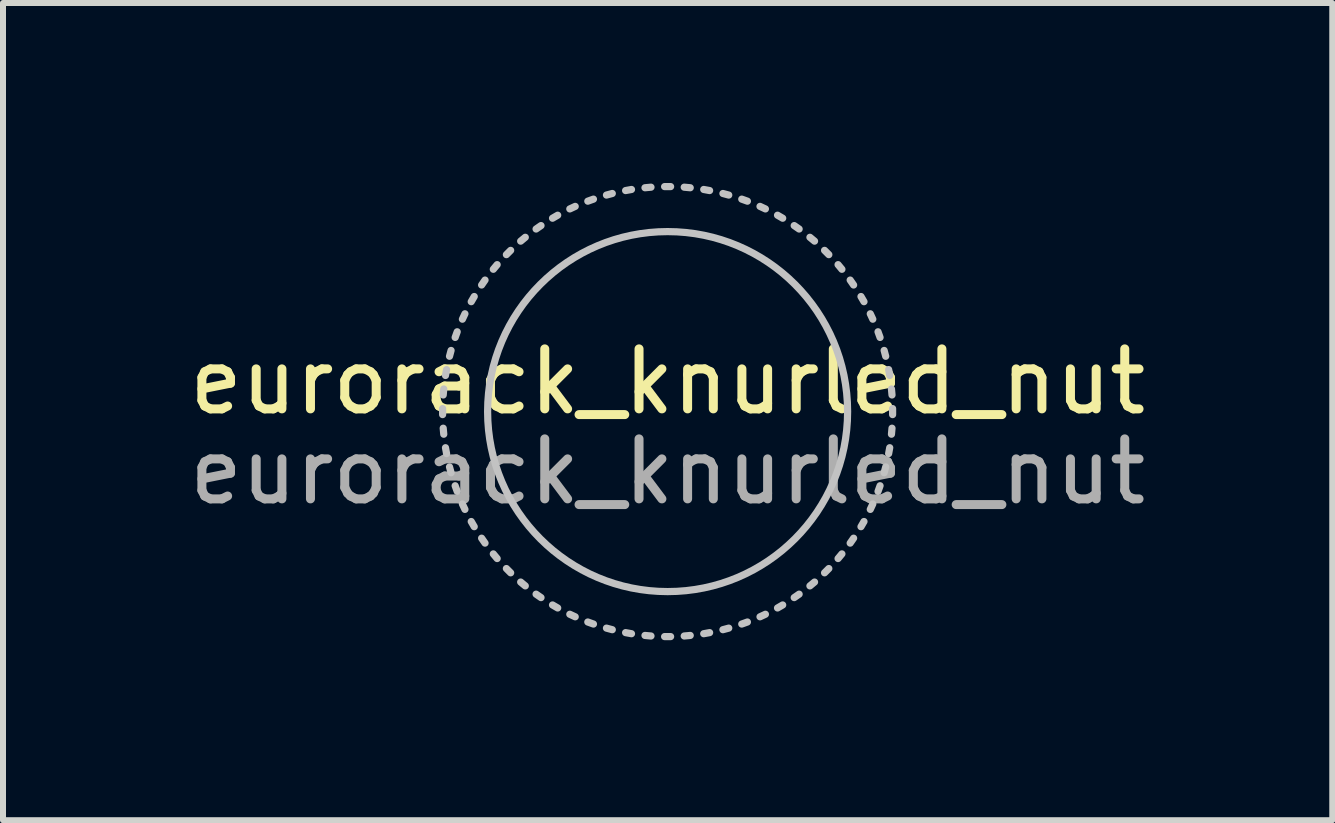
<source format=kicad_pcb>
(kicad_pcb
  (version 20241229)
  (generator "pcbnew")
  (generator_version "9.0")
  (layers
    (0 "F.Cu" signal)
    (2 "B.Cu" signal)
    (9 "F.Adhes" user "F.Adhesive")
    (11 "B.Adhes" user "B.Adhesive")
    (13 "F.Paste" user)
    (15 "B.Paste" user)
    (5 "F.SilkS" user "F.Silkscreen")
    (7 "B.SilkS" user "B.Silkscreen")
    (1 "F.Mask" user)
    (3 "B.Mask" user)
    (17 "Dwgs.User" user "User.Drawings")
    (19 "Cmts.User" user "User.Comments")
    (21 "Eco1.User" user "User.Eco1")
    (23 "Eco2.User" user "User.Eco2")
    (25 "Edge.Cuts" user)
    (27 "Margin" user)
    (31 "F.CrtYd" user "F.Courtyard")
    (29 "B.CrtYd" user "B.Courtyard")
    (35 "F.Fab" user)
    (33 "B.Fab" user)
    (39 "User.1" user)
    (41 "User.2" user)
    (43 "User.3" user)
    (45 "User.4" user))
  (footprint "eurorack_knurled_nut"
    (layer "F.Cu")
    (at 8.077 3.81)
    (property "Reference" "eurorack_knurled_nut" (at 0 -0.5 0) (unlocked yes) (layer "F.SilkS") (effects (font (size 1 1) (thickness 0.15))))
    (property "Value" "eurorack_knurled_nut" (at 0 1 0) (unlocked yes) (layer "F.Fab") (hide yes) (effects (font (size 1 1) (thickness 0.15))))
    (fp_line (start -3.75 0.05) (end -3.75 -0.05) (stroke (width 0.12) (type solid)) (layer "Dwgs.User"))
    (fp_line (start -3.74 -0.277) (end -3.731 -0.377) (stroke (width 0.12) (type solid)) (layer "Dwgs.User"))
    (fp_line (start -3.731 0.377) (end -3.74 0.277) (stroke (width 0.12) (type solid)) (layer "Dwgs.User"))
    (fp_line (start -3.702 -0.602) (end -3.684 -0.7) (stroke (width 0.12) (type solid)) (layer "Dwgs.User"))
    (fp_line (start -3.684 0.7) (end -3.702 0.602) (stroke (width 0.12) (type solid)) (layer "Dwgs.User"))
    (fp_line (start -3.635 -0.922) (end -3.609 -1.019) (stroke (width 0.12) (type solid)) (layer "Dwgs.User"))
    (fp_line (start -3.609 1.019) (end -3.635 0.922) (stroke (width 0.12) (type solid)) (layer "Dwgs.User"))
    (fp_line (start -3.541 -1.236) (end -3.507 -1.33) (stroke (width 0.12) (type solid)) (layer "Dwgs.User"))
    (fp_line (start -3.507 1.33) (end -3.541 1.236) (stroke (width 0.12) (type solid)) (layer "Dwgs.User"))
    (fp_line (start -3.42 -1.54) (end -3.378 -1.63) (stroke (width 0.12) (type solid)) (layer "Dwgs.User"))
    (fp_line (start -3.378 1.63) (end -3.42 1.54) (stroke (width 0.12) (type solid)) (layer "Dwgs.User"))
    (fp_line (start -3.273 -1.832) (end -3.223 -1.918) (stroke (width 0.12) (type solid)) (layer "Dwgs.User"))
    (fp_line (start -3.223 1.918) (end -3.273 1.832) (stroke (width 0.12) (type solid)) (layer "Dwgs.User"))
    (fp_line (start -3.1 -2.11) (end -3.043 -2.192) (stroke (width 0.12) (type solid)) (layer "Dwgs.User"))
    (fp_line (start -3.043 2.192) (end -3.1 2.11) (stroke (width 0.12) (type solid)) (layer "Dwgs.User"))
    (fp_line (start -2.905 -2.372) (end -2.841 -2.449) (stroke (width 0.12) (type solid)) (layer "Dwgs.User"))
    (fp_line (start -2.841 2.449) (end -2.905 2.372) (stroke (width 0.12) (type solid)) (layer "Dwgs.User"))
    (fp_line (start -2.687 -2.616) (end -2.616 -2.687) (stroke (width 0.12) (type solid)) (layer "Dwgs.User"))
    (fp_line (start -2.616 2.687) (end -2.687 2.616) (stroke (width 0.12) (type solid)) (layer "Dwgs.User"))
    (fp_line (start -2.449 -2.841) (end -2.372 -2.905) (stroke (width 0.12) (type solid)) (layer "Dwgs.User"))
    (fp_line (start -2.372 2.905) (end -2.449 2.841) (stroke (width 0.12) (type solid)) (layer "Dwgs.User"))
    (fp_line (start -2.192 -3.043) (end -2.11 -3.1) (stroke (width 0.12) (type solid)) (layer "Dwgs.User"))
    (fp_line (start -2.11 3.1) (end -2.192 3.043) (stroke (width 0.12) (type solid)) (layer "Dwgs.User"))
    (fp_line (start -1.918 -3.223) (end -1.832 -3.273) (stroke (width 0.12) (type solid)) (layer "Dwgs.User"))
    (fp_line (start -1.832 3.273) (end -1.918 3.223) (stroke (width 0.12) (type solid)) (layer "Dwgs.User"))
    (fp_line (start -1.63 -3.378) (end -1.54 -3.42) (stroke (width 0.12) (type solid)) (layer "Dwgs.User"))
    (fp_line (start -1.54 3.42) (end -1.63 3.378) (stroke (width 0.12) (type solid)) (layer "Dwgs.User"))
    (fp_line (start -1.33 -3.507) (end -1.236 -3.541) (stroke (width 0.12) (type solid)) (layer "Dwgs.User"))
    (fp_line (start -1.236 3.541) (end -1.33 3.507) (stroke (width 0.12) (type solid)) (layer "Dwgs.User"))
    (fp_line (start -1.019 -3.609) (end -0.922 -3.635) (stroke (width 0.12) (type solid)) (layer "Dwgs.User"))
    (fp_line (start -0.922 3.635) (end -1.019 3.609) (stroke (width 0.12) (type solid)) (layer "Dwgs.User"))
    (fp_line (start -0.7 -3.684) (end -0.602 -3.702) (stroke (width 0.12) (type solid)) (layer "Dwgs.User"))
    (fp_line (start -0.602 3.702) (end -0.7 3.684) (stroke (width 0.12) (type solid)) (layer "Dwgs.User"))
    (fp_line (start -0.377 -3.731) (end -0.277 -3.74) (stroke (width 0.12) (type solid)) (layer "Dwgs.User"))
    (fp_line (start -0.277 3.74) (end -0.377 3.731) (stroke (width 0.12) (type solid)) (layer "Dwgs.User"))
    (fp_line (start -0.05 -3.75) (end 0.05 -3.75) (stroke (width 0.12) (type solid)) (layer "Dwgs.User"))
    (fp_line (start 0.05 3.75) (end -0.05 3.75) (stroke (width 0.12) (type solid)) (layer "Dwgs.User"))
    (fp_line (start 0.277 -3.74) (end 0.377 -3.731) (stroke (width 0.12) (type solid)) (layer "Dwgs.User"))
    (fp_line (start 0.377 3.731) (end 0.277 3.74) (stroke (width 0.12) (type solid)) (layer "Dwgs.User"))
    (fp_line (start 0.602 -3.702) (end 0.7 -3.684) (stroke (width 0.12) (type solid)) (layer "Dwgs.User"))
    (fp_line (start 0.7 3.684) (end 0.602 3.702) (stroke (width 0.12) (type solid)) (layer "Dwgs.User"))
    (fp_line (start 0.922 -3.635) (end 1.019 -3.609) (stroke (width 0.12) (type solid)) (layer "Dwgs.User"))
    (fp_line (start 1.019 3.609) (end 0.922 3.635) (stroke (width 0.12) (type solid)) (layer "Dwgs.User"))
    (fp_line (start 1.236 -3.541) (end 1.33 -3.507) (stroke (width 0.12) (type solid)) (layer "Dwgs.User"))
    (fp_line (start 1.33 3.507) (end 1.236 3.541) (stroke (width 0.12) (type solid)) (layer "Dwgs.User"))
    (fp_line (start 1.54 -3.42) (end 1.63 -3.378) (stroke (width 0.12) (type solid)) (layer "Dwgs.User"))
    (fp_line (start 1.63 3.378) (end 1.54 3.42) (stroke (width 0.12) (type solid)) (layer "Dwgs.User"))
    (fp_line (start 1.832 -3.273) (end 1.918 -3.223) (stroke (width 0.12) (type solid)) (layer "Dwgs.User"))
    (fp_line (start 1.918 3.223) (end 1.832 3.273) (stroke (width 0.12) (type solid)) (layer "Dwgs.User"))
    (fp_line (start 2.11 -3.1) (end 2.192 -3.043) (stroke (width 0.12) (type solid)) (layer "Dwgs.User"))
    (fp_line (start 2.192 3.043) (end 2.11 3.1) (stroke (width 0.12) (type solid)) (layer "Dwgs.User"))
    (fp_line (start 2.372 -2.905) (end 2.449 -2.841) (stroke (width 0.12) (type solid)) (layer "Dwgs.User"))
    (fp_line (start 2.449 2.841) (end 2.372 2.905) (stroke (width 0.12) (type solid)) (layer "Dwgs.User"))
    (fp_line (start 2.616 -2.687) (end 2.687 -2.616) (stroke (width 0.12) (type solid)) (layer "Dwgs.User"))
    (fp_line (start 2.687 2.616) (end 2.616 2.687) (stroke (width 0.12) (type solid)) (layer "Dwgs.User"))
    (fp_line (start 2.841 -2.449) (end 2.905 -2.372) (stroke (width 0.12) (type solid)) (layer "Dwgs.User"))
    (fp_line (start 2.905 2.372) (end 2.841 2.449) (stroke (width 0.12) (type solid)) (layer "Dwgs.User"))
    (fp_line (start 3.043 -2.192) (end 3.1 -2.11) (stroke (width 0.12) (type solid)) (layer "Dwgs.User"))
    (fp_line (start 3.1 2.11) (end 3.043 2.192) (stroke (width 0.12) (type solid)) (layer "Dwgs.User"))
    (fp_line (start 3.223 -1.918) (end 3.273 -1.832) (stroke (width 0.12) (type solid)) (layer "Dwgs.User"))
    (fp_line (start 3.273 1.832) (end 3.223 1.918) (stroke (width 0.12) (type solid)) (layer "Dwgs.User"))
    (fp_line (start 3.378 -1.63) (end 3.42 -1.54) (stroke (width 0.12) (type solid)) (layer "Dwgs.User"))
    (fp_line (start 3.42 1.54) (end 3.378 1.63) (stroke (width 0.12) (type solid)) (layer "Dwgs.User"))
    (fp_line (start 3.507 -1.33) (end 3.541 -1.236) (stroke (width 0.12) (type solid)) (layer "Dwgs.User"))
    (fp_line (start 3.541 1.236) (end 3.507 1.33) (stroke (width 0.12) (type solid)) (layer "Dwgs.User"))
    (fp_line (start 3.609 -1.019) (end 3.635 -0.922) (stroke (width 0.12) (type solid)) (layer "Dwgs.User"))
    (fp_line (start 3.635 0.922) (end 3.609 1.019) (stroke (width 0.12) (type solid)) (layer "Dwgs.User"))
    (fp_line (start 3.684 -0.7) (end 3.702 -0.602) (stroke (width 0.12) (type solid)) (layer "Dwgs.User"))
    (fp_line (start 3.702 0.602) (end 3.684 0.7) (stroke (width 0.12) (type solid)) (layer "Dwgs.User"))
    (fp_line (start 3.731 -0.377) (end 3.74 -0.277) (stroke (width 0.12) (type solid)) (layer "Dwgs.User"))
    (fp_line (start 3.74 0.277) (end 3.731 0.377) (stroke (width 0.12) (type solid)) (layer "Dwgs.User"))
    (fp_line (start 3.75 -0.05) (end 3.75 0.05) (stroke (width 0.12) (type solid)) (layer "Dwgs.User"))
    (fp_circle (center 0 0) (end 3 0) (stroke (width 0.12) (type solid)) (fill no) (layer "Dwgs.User"))
    (fp_circle (center 0 0) (end 1.8 0) (stroke (width 0.12) (type solid)) (fill no) (layer "Eco1.User"))
    (fp_text user "${VALUE}" (at 0 1 0) (unlocked yes) (layer "F.Fab") (effects (font (size 1 1) (thickness 0.15)))))
  (gr_rect
    (start -3 -3)
    (end 19.155 10.62)
    (stroke (width 0.1) (type default))
    (fill no)
    (layer "Edge.Cuts")))
</source>
